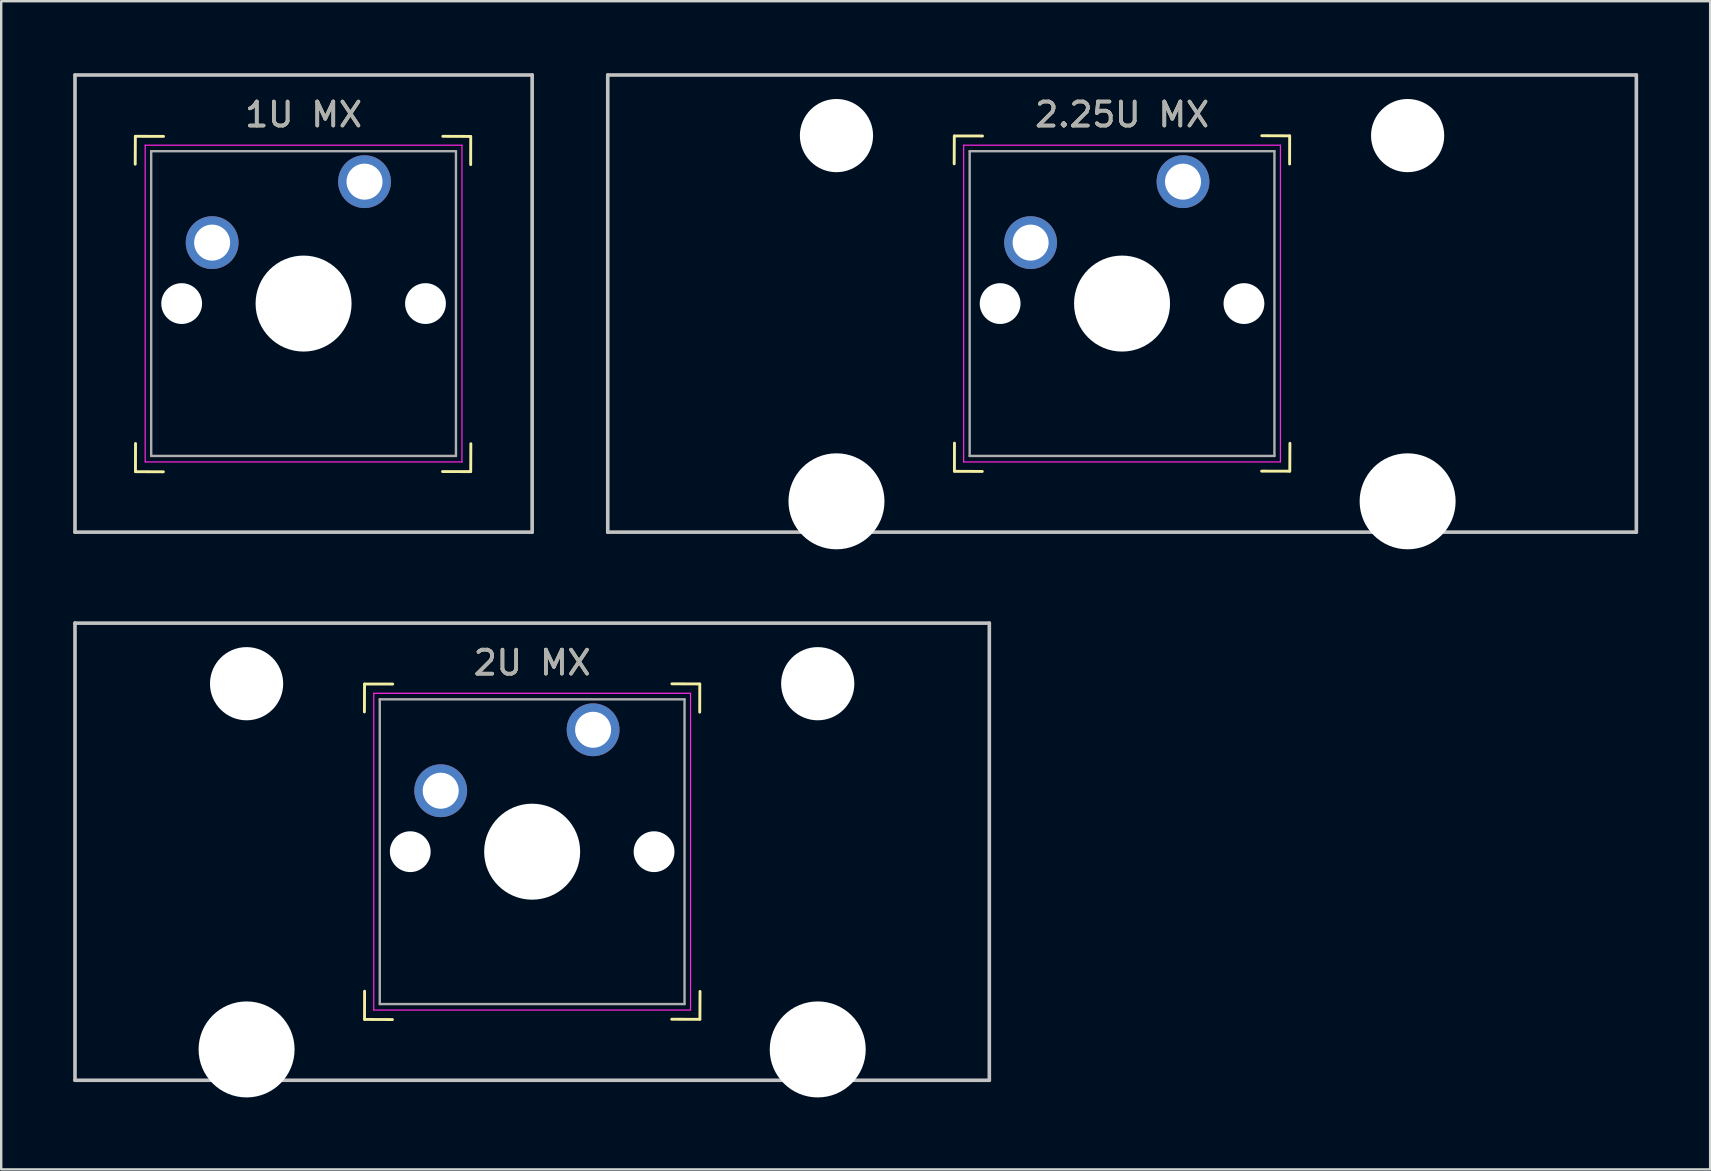
<source format=kicad_pcb>
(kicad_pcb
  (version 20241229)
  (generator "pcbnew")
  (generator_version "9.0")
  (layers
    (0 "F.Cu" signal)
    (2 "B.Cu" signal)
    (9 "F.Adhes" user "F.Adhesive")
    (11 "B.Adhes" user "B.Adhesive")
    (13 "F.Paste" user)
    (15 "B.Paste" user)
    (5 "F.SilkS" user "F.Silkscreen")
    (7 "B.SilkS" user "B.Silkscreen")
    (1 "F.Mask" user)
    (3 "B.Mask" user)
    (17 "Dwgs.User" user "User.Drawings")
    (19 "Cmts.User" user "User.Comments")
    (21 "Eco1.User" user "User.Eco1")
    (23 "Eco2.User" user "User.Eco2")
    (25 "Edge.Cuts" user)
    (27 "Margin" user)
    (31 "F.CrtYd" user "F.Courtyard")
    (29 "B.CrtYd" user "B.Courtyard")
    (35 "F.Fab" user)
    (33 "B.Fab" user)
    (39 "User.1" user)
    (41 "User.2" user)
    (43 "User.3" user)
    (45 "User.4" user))
  (footprint "2.25U MX"
    (layer "F.Cu")
    (at 46.246 4.52)
    (property "Reference" "2.25U MX" (at -2.54 -2.794 0) (unlocked yes) (layer "F.SilkS") (effects (font (size 1 1) (thickness 0.15))))
    (attr through_hole)
    (fp_line (start -9.535 -0.743) (end -9.53 -1.903) (stroke (width 0.12) (type solid)) (layer "F.SilkS"))
    (fp_line (start -9.523 10.895) (end -9.525 12.065) (stroke (width 0.12) (type solid)) (layer "F.SilkS"))
    (fp_line (start -8.363 12.075) (end -9.523 12.07) (stroke (width 0.12) (type solid)) (layer "F.SilkS"))
    (fp_line (start -8.355 -1.903) (end -9.525 -1.905) (stroke (width 0.12) (type solid)) (layer "F.SilkS"))
    (fp_line (start 3.275 12.062) (end 4.445 12.065) (stroke (width 0.12) (type solid)) (layer "F.SilkS"))
    (fp_line (start 3.283 -1.915) (end 4.442 -1.91) (stroke (width 0.12) (type solid)) (layer "F.SilkS"))
    (fp_line (start 4.442 -0.735) (end 4.445 -1.905) (stroke (width 0.12) (type solid)) (layer "F.SilkS"))
    (fp_line (start 4.455 10.902) (end 4.45 12.062) (stroke (width 0.12) (type solid)) (layer "F.SilkS"))
    (fp_line (start -23.971 -4.445) (end 18.891 -4.445) (stroke (width 0.15) (type solid)) (layer "Dwgs.User"))
    (fp_line (start -23.971 14.605) (end -23.971 -4.445) (stroke (width 0.15) (type solid)) (layer "Dwgs.User"))
    (fp_line (start 18.891 -4.445) (end 18.891 14.605) (stroke (width 0.15) (type solid)) (layer "Dwgs.User"))
    (fp_line (start 18.891 14.605) (end -23.971 14.605) (stroke (width 0.15) (type solid)) (layer "Dwgs.User"))
    (fp_line (start -9.14 -1.52) (end 4.06 -1.52) (stroke (width 0.05) (type solid)) (layer "F.CrtYd"))
    (fp_line (start -9.14 11.68) (end -9.14 -1.52) (stroke (width 0.05) (type solid)) (layer "F.CrtYd"))
    (fp_line (start 4.06 -1.52) (end 4.06 11.68) (stroke (width 0.05) (type solid)) (layer "F.CrtYd"))
    (fp_line (start 4.06 11.68) (end -9.14 11.68) (stroke (width 0.05) (type solid)) (layer "F.CrtYd"))
    (fp_line (start -8.89 -1.27) (end 3.81 -1.27) (stroke (width 0.1) (type solid)) (layer "F.Fab"))
    (fp_line (start -8.89 11.43) (end -8.89 -1.27) (stroke (width 0.1) (type solid)) (layer "F.Fab"))
    (fp_line (start 3.81 -1.27) (end 3.81 11.43) (stroke (width 0.1) (type solid)) (layer "F.Fab"))
    (fp_line (start 3.81 11.43) (end -8.89 11.43) (stroke (width 0.1) (type solid)) (layer "F.Fab"))
    (fp_text user "${REFERENCE}" (at -2.54 -2.794 0) (layer "F.Fab") (effects (font (size 1 1) (thickness 0.15))))
    (pad "" np_thru_hole circle (at -14.44 -1.92) (size 3.05 3.05) (drill 3.05) (layers "*.Cu" "*.Mask"))
    (pad "" np_thru_hole circle (at -14.44 13.32) (size 4 4) (drill 4) (layers "*.Cu" "*.Mask"))
    (pad "" np_thru_hole circle (at -7.62 5.08) (size 1.7 1.7) (drill 1.7) (layers "*.Cu" "*.Mask"))
    (pad "" np_thru_hole circle (at -2.54 5.08) (size 4 4) (drill 4) (layers "*.Cu" "*.Mask"))
    (pad "" np_thru_hole circle (at 2.54 5.08) (size 1.7 1.7) (drill 1.7) (layers "*.Cu" "*.Mask"))
    (pad "" np_thru_hole circle (at 9.36 -1.92) (size 3.05 3.05) (drill 3.05) (layers "*.Cu" "*.Mask"))
    (pad "" np_thru_hole circle (at 9.36 13.32) (size 4 4) (drill 4) (layers "*.Cu" "*.Mask"))
    (pad "1" thru_hole circle (at 0 0) (size 2.2 2.2) (drill 1.5) (layers "*.Cu" "*.Mask"))
    (pad "2" thru_hole circle (at -6.35 2.54) (size 2.2 2.2) (drill 1.5) (layers "*.Cu" "*.Mask")))
  (footprint "2U MX"
    (layer "F.Cu")
    (at 21.665 27.36)
    (property "Reference" "2U MX" (at -2.54 -2.794 0) (layer "F.SilkS") (effects (font (size 1 1) (thickness 0.15))))
    (attr through_hole)
    (fp_line (start -9.53 -0.745) (end -9.525 -1.905) (stroke (width 0.12) (type solid)) (layer "F.SilkS"))
    (fp_line (start -9.523 10.895) (end -9.525 12.065) (stroke (width 0.12) (type solid)) (layer "F.SilkS"))
    (fp_line (start -8.363 12.075) (end -9.523 12.07) (stroke (width 0.12) (type solid)) (layer "F.SilkS"))
    (fp_line (start -8.35 -1.905) (end -9.52 -1.907) (stroke (width 0.12) (type solid)) (layer "F.SilkS"))
    (fp_line (start 3.275 12.062) (end 4.445 12.065) (stroke (width 0.12) (type solid)) (layer "F.SilkS"))
    (fp_line (start 3.283 -1.915) (end 4.442 -1.91) (stroke (width 0.12) (type solid)) (layer "F.SilkS"))
    (fp_line (start 4.442 -0.735) (end 4.445 -1.905) (stroke (width 0.12) (type solid)) (layer "F.SilkS"))
    (fp_line (start 4.455 10.902) (end 4.45 12.062) (stroke (width 0.12) (type solid)) (layer "F.SilkS"))
    (fp_line (start -21.59 -4.445) (end 16.51 -4.445) (stroke (width 0.15) (type solid)) (layer "Dwgs.User"))
    (fp_line (start -21.59 14.605) (end -21.59 -4.445) (stroke (width 0.15) (type solid)) (layer "Dwgs.User"))
    (fp_line (start 16.51 -4.445) (end 16.51 14.605) (stroke (width 0.15) (type solid)) (layer "Dwgs.User"))
    (fp_line (start 16.51 14.605) (end -21.59 14.605) (stroke (width 0.15) (type solid)) (layer "Dwgs.User"))
    (fp_line (start -9.14 -1.52) (end 4.06 -1.52) (stroke (width 0.05) (type solid)) (layer "F.CrtYd"))
    (fp_line (start -9.14 11.68) (end -9.14 -1.52) (stroke (width 0.05) (type solid)) (layer "F.CrtYd"))
    (fp_line (start 4.06 -1.52) (end 4.06 11.68) (stroke (width 0.05) (type solid)) (layer "F.CrtYd"))
    (fp_line (start 4.06 11.68) (end -9.14 11.68) (stroke (width 0.05) (type solid)) (layer "F.CrtYd"))
    (fp_line (start -8.89 -1.27) (end 3.81 -1.27) (stroke (width 0.1) (type solid)) (layer "F.Fab"))
    (fp_line (start -8.89 11.43) (end -8.89 -1.27) (stroke (width 0.1) (type solid)) (layer "F.Fab"))
    (fp_line (start 3.81 -1.27) (end 3.81 11.43) (stroke (width 0.1) (type solid)) (layer "F.Fab"))
    (fp_line (start 3.81 11.43) (end -8.89 11.43) (stroke (width 0.1) (type solid)) (layer "F.Fab"))
    (fp_text user "${REFERENCE}" (at -2.54 -2.794 0) (layer "F.Fab") (effects (font (size 1 1) (thickness 0.15))))
    (pad "" np_thru_hole circle (at -14.44 -1.92) (size 3.05 3.05) (drill 3.05) (layers "*.Cu" "*.Mask"))
    (pad "" np_thru_hole circle (at -14.44 13.32) (size 4 4) (drill 4) (layers "*.Cu" "*.Mask"))
    (pad "" np_thru_hole circle (at -7.62 5.08) (size 1.7 1.7) (drill 1.7) (layers "*.Cu" "*.Mask"))
    (pad "" np_thru_hole circle (at -2.54 5.08) (size 4 4) (drill 4) (layers "*.Cu" "*.Mask"))
    (pad "" np_thru_hole circle (at 2.54 5.08) (size 1.7 1.7) (drill 1.7) (layers "*.Cu" "*.Mask"))
    (pad "" np_thru_hole circle (at 9.36 -1.92) (size 3.05 3.05) (drill 3.05) (layers "*.Cu" "*.Mask"))
    (pad "" np_thru_hole circle (at 9.36 13.32) (size 4 4) (drill 4) (layers "*.Cu" "*.Mask"))
    (pad "1" thru_hole circle (at 0 0) (size 2.2 2.2) (drill 1.5) (layers "*.Cu" "*.Mask"))
    (pad "2" thru_hole circle (at -6.35 2.54) (size 2.2 2.2) (drill 1.5) (layers "*.Cu" "*.Mask")))
  (footprint "1U MX"
    (layer "F.Cu")
    (at 12.14 4.52)
    (property "Reference" "1U MX" (at -2.54 -2.794 0) (unlocked yes) (layer "F.SilkS") (effects (font (size 1 1) (thickness 0.15))))
    (attr through_hole)
    (fp_line (start -9.555 -0.728) (end -9.55 -1.887) (stroke (width 0.12) (type solid)) (layer "F.SilkS"))
    (fp_line (start -9.543 10.91) (end -9.545 12.08) (stroke (width 0.12) (type solid)) (layer "F.SilkS"))
    (fp_line (start -8.383 12.09) (end -9.543 12.085) (stroke (width 0.12) (type solid)) (layer "F.SilkS"))
    (fp_line (start -8.375 -1.887) (end -9.545 -1.89) (stroke (width 0.12) (type solid)) (layer "F.SilkS"))
    (fp_line (start 3.25 12.08) (end 4.42 12.082) (stroke (width 0.12) (type solid)) (layer "F.SilkS"))
    (fp_line (start 3.263 -1.89) (end 4.423 -1.885) (stroke (width 0.12) (type solid)) (layer "F.SilkS"))
    (fp_line (start 4.423 -0.71) (end 4.425 -1.88) (stroke (width 0.12) (type solid)) (layer "F.SilkS"))
    (fp_line (start 4.43 10.92) (end 4.425 12.08) (stroke (width 0.12) (type solid)) (layer "F.SilkS"))
    (fp_line (start -12.065 -4.445) (end 6.985 -4.445) (stroke (width 0.15) (type solid)) (layer "Dwgs.User"))
    (fp_line (start -12.065 14.605) (end -12.065 -4.445) (stroke (width 0.15) (type solid)) (layer "Dwgs.User"))
    (fp_line (start 6.985 -4.445) (end 6.985 14.605) (stroke (width 0.15) (type solid)) (layer "Dwgs.User"))
    (fp_line (start 6.985 14.605) (end -12.065 14.605) (stroke (width 0.15) (type solid)) (layer "Dwgs.User"))
    (fp_line (start -9.14 -1.52) (end 4.06 -1.52) (stroke (width 0.05) (type solid)) (layer "F.CrtYd"))
    (fp_line (start -9.14 11.68) (end -9.14 -1.52) (stroke (width 0.05) (type solid)) (layer "F.CrtYd"))
    (fp_line (start 4.06 -1.52) (end 4.06 11.68) (stroke (width 0.05) (type solid)) (layer "F.CrtYd"))
    (fp_line (start 4.06 11.68) (end -9.14 11.68) (stroke (width 0.05) (type solid)) (layer "F.CrtYd"))
    (fp_line (start -8.89 -1.27) (end 3.81 -1.27) (stroke (width 0.1) (type solid)) (layer "F.Fab"))
    (fp_line (start -8.89 11.43) (end -8.89 -1.27) (stroke (width 0.1) (type solid)) (layer "F.Fab"))
    (fp_line (start 3.81 -1.27) (end 3.81 11.43) (stroke (width 0.1) (type solid)) (layer "F.Fab"))
    (fp_line (start 3.81 11.43) (end -8.89 11.43) (stroke (width 0.1) (type solid)) (layer "F.Fab"))
    (fp_text user "${REFERENCE}" (at -2.54 -2.794 0) (layer "F.Fab") (effects (font (size 1 1) (thickness 0.15))))
    (pad "" np_thru_hole circle (at -7.62 5.08) (size 1.7 1.7) (drill 1.7) (layers "*.Cu" "*.Mask"))
    (pad "" np_thru_hole circle (at -2.54 5.08) (size 4 4) (drill 4) (layers "*.Cu" "*.Mask"))
    (pad "" np_thru_hole circle (at 2.54 5.08) (size 1.7 1.7) (drill 1.7) (layers "*.Cu" "*.Mask"))
    (pad "1" thru_hole circle (at 0 0) (size 2.2 2.2) (drill 1.5) (layers "*.Cu" "*.Mask"))
    (pad "2" thru_hole circle (at -6.35 2.54) (size 2.2 2.2) (drill 1.5) (layers "*.Cu" "*.Mask")))
  (gr_rect
    (start -3 -3)
    (end 68.213 45.68)
    (stroke (width 0.1) (type default))
    (fill no)
    (layer "Edge.Cuts")))
</source>
